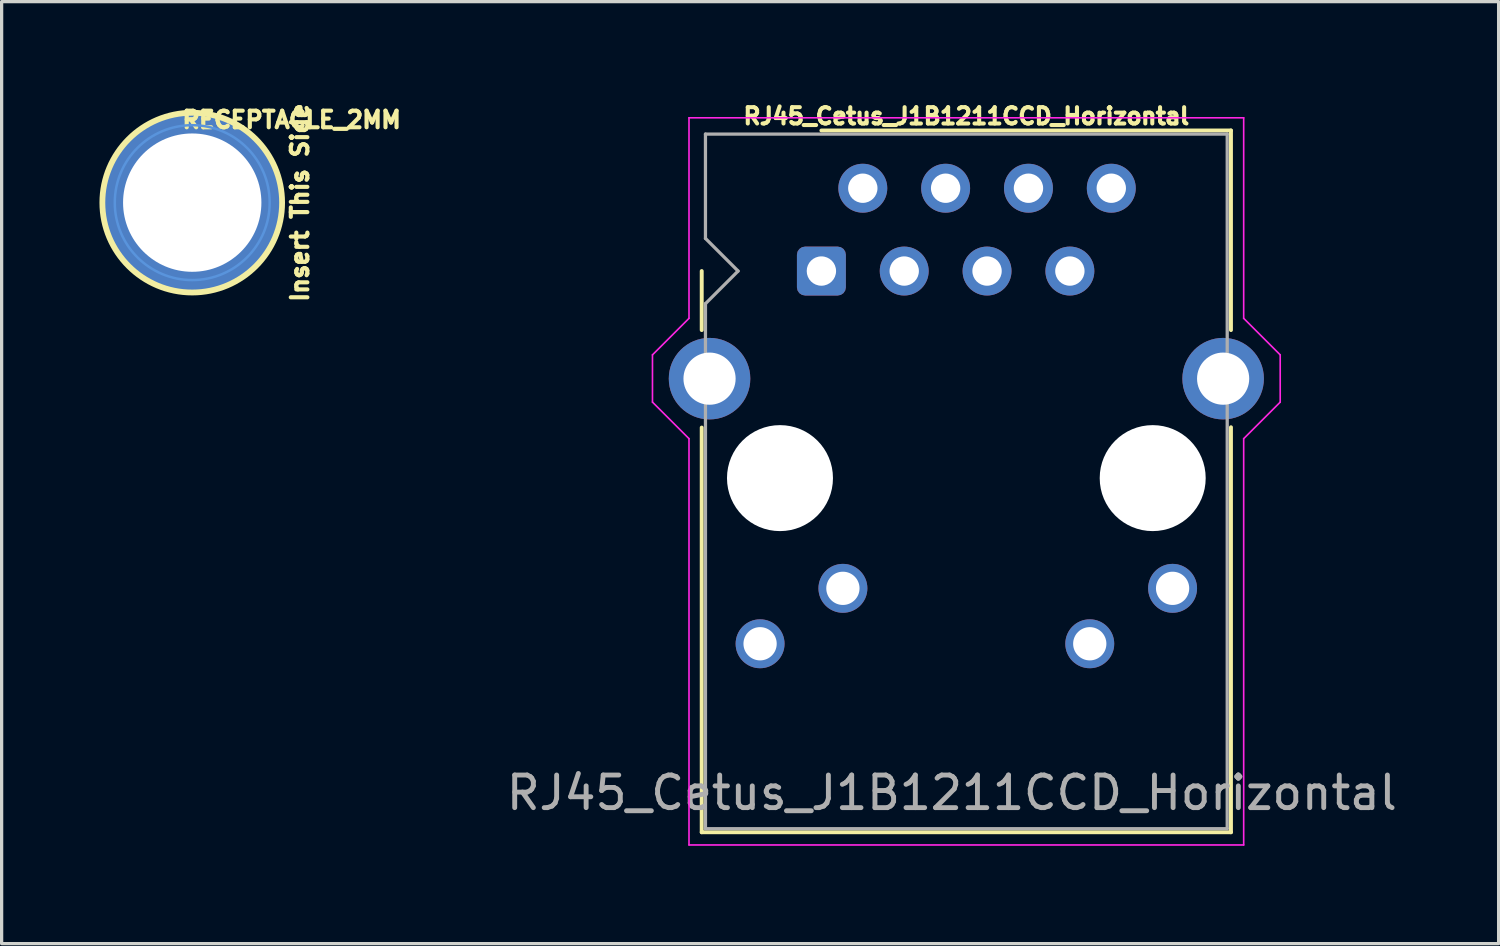
<source format=kicad_pcb>
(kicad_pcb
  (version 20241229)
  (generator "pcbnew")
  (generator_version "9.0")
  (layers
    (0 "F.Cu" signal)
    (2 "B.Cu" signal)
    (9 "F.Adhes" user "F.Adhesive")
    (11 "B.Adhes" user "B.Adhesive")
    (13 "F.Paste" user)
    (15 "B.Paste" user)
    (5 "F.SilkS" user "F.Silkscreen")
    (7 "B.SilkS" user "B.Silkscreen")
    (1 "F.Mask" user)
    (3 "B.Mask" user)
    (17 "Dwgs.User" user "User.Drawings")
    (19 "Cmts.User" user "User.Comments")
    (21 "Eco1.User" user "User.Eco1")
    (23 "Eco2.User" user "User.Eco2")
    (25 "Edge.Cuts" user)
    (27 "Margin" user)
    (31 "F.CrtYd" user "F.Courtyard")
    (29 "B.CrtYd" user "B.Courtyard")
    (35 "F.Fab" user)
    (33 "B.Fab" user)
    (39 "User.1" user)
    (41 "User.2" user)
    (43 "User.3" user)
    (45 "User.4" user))
  (footprint "RECEPTACLE_2MM"
    (layer "F.Cu")
    (at 2.845 3.164)
    (property "Reference" "RECEPTACLE_2MM" (at 3.048 -2.54 0) (layer "F.SilkS") (effects (font (size 0.508 0.508) (thickness 0.127))))
    (attr through_hole)
    (fp_circle (center 0 0) (end 2.756 0) (stroke (width 0.178) (type solid)) (fill no) (layer "F.SilkS"))
    (fp_circle (center 0 0) (end 2.375 0) (stroke (width 0.076) (type solid)) (fill no) (layer "Cmts.User"))
    (fp_text user "Insert This Side" (at 3.302 0 90) (layer "F.SilkS") (effects (font (size 0.508 0.508) (thickness 0.127))))
    (pad "1" thru_hole circle (at 0 0) (size 5.512 5.512) (drill 4.242) (layers "*.Cu" "*.Mask")))
  (footprint "RJ45_Cetus_J1B1211CCD_Horizontal"
    (layer "F.Cu")
    (at 26.584 5.262)
    (property "Reference" "RJ45_Cetus_J1B1211CCD_Horizontal" (at 0 -4.75 0) (layer "F.SilkS") (effects (font (size 0.5 0.5) (thickness 0.125) (bold yes))))
    (attr through_hole)
    (fp_line (start -8.115 0) (end -8.115 1.81) (stroke (width 0.12) (type solid)) (layer "F.SilkS"))
    (fp_line (start -8.115 4.8) (end -8.115 17.21) (stroke (width 0.12) (type solid)) (layer "F.SilkS"))
    (fp_line (start -4.445 -4.31) (end 8.115 -4.31) (stroke (width 0.12) (type solid)) (layer "F.SilkS"))
    (fp_line (start 8.115 -4.31) (end 8.115 1.81) (stroke (width 0.12) (type solid)) (layer "F.SilkS"))
    (fp_line (start 8.115 4.79) (end 8.115 17.21) (stroke (width 0.12) (type solid)) (layer "F.SilkS"))
    (fp_line (start 8.115 17.21) (end -8.115 17.21) (stroke (width 0.12) (type solid)) (layer "F.SilkS"))
    (fp_line (start -9.625 4.02) (end -9.625 2.57) (stroke (width 0.05) (type solid)) (layer "F.CrtYd"))
    (fp_line (start -9.625 4.02) (end -8.505 5.14) (stroke (width 0.05) (type solid)) (layer "F.CrtYd"))
    (fp_line (start -8.505 -4.7) (end 8.505 -4.7) (stroke (width 0.05) (type solid)) (layer "F.CrtYd"))
    (fp_line (start -8.505 1.45) (end -9.625 2.57) (stroke (width 0.05) (type solid)) (layer "F.CrtYd"))
    (fp_line (start -8.505 1.45) (end -8.505 -4.7) (stroke (width 0.05) (type solid)) (layer "F.CrtYd"))
    (fp_line (start -8.505 5.14) (end -8.505 17.6) (stroke (width 0.05) (type solid)) (layer "F.CrtYd"))
    (fp_line (start -8.505 17.6) (end 8.505 17.6) (stroke (width 0.05) (type solid)) (layer "F.CrtYd"))
    (fp_line (start 8.505 1.45) (end 8.505 -4.7) (stroke (width 0.05) (type solid)) (layer "F.CrtYd"))
    (fp_line (start 8.505 1.45) (end 9.625 2.57) (stroke (width 0.05) (type solid)) (layer "F.CrtYd"))
    (fp_line (start 8.505 5.14) (end 8.505 17.6) (stroke (width 0.05) (type solid)) (layer "F.CrtYd"))
    (fp_line (start 9.625 4.02) (end 8.505 5.14) (stroke (width 0.05) (type solid)) (layer "F.CrtYd"))
    (fp_line (start 9.625 4.02) (end 9.625 2.57) (stroke (width 0.05) (type solid)) (layer "F.CrtYd"))
    (fp_line (start -8 -4.2) (end -8 -1) (stroke (width 0.1) (type solid)) (layer "F.Fab"))
    (fp_line (start -8 -4.2) (end 8 -4.2) (stroke (width 0.1) (type solid)) (layer "F.Fab"))
    (fp_line (start -8 1) (end -8 17.1) (stroke (width 0.1) (type solid)) (layer "F.Fab"))
    (fp_line (start -8 17.1) (end 8 17.1) (stroke (width 0.1) (type solid)) (layer "F.Fab"))
    (fp_line (start -7 0) (end -8 -1) (stroke (width 0.1) (type solid)) (layer "F.Fab"))
    (fp_line (start -7 0) (end -8 1) (stroke (width 0.1) (type solid)) (layer "F.Fab"))
    (fp_line (start 8 -4.2) (end 8 17.1) (stroke (width 0.1) (type solid)) (layer "F.Fab"))
    (fp_text user "${REFERENCE}" (at -0.445 16 0) (layer "F.Fab") (effects (font (size 1 1) (thickness 0.15))))
    (pad "" np_thru_hole circle (at -5.715 6.35) (size 3.25 3.25) (drill 3.25) (layers "*.Cu" "*.Mask"))
    (pad "" np_thru_hole circle (at 5.715 6.35) (size 3.25 3.25) (drill 3.25) (layers "*.Cu" "*.Mask"))
    (pad "1" thru_hole roundrect (at -4.445 0) (size 1.5 1.5) (drill 0.9) (layers "*.Cu" "*.Mask") (roundrect_rratio 0.167))
    (pad "2" thru_hole circle (at -3.175 -2.54) (size 1.5 1.5) (drill 0.9) (layers "*.Cu" "*.Mask"))
    (pad "3" thru_hole circle (at -1.905 0) (size 1.5 1.5) (drill 0.9) (layers "*.Cu" "*.Mask"))
    (pad "4" thru_hole circle (at -0.635 -2.54) (size 1.5 1.5) (drill 0.9) (layers "*.Cu" "*.Mask"))
    (pad "5" thru_hole circle (at 0.635 0) (size 1.5 1.5) (drill 0.9) (layers "*.Cu" "*.Mask"))
    (pad "6" thru_hole circle (at 1.905 -2.54) (size 1.5 1.5) (drill 0.9) (layers "*.Cu" "*.Mask"))
    (pad "7" thru_hole circle (at 3.175 0) (size 1.5 1.5) (drill 0.9) (layers "*.Cu" "*.Mask"))
    (pad "8" thru_hole circle (at 4.445 -2.54) (size 1.5 1.5) (drill 0.9) (layers "*.Cu" "*.Mask"))
    (pad "9" thru_hole circle (at -6.325 11.43) (size 1.5 1.5) (drill 1.02) (layers "*.Cu" "*.Mask"))
    (pad "10" thru_hole circle (at -3.785 9.73) (size 1.5 1.5) (drill 1.02) (layers "*.Cu" "*.Mask"))
    (pad "11" thru_hole circle (at 3.785 11.43) (size 1.5 1.5) (drill 1.02) (layers "*.Cu" "*.Mask"))
    (pad "12" thru_hole circle (at 6.325 9.73) (size 1.5 1.5) (drill 1.02) (layers "*.Cu" "*.Mask"))
    (pad "13" thru_hole circle (at -7.875 3.3) (size 2.5 2.5) (drill 1.6) (layers "*.Cu" "*.Mask"))
    (pad "13" thru_hole circle (at 7.875 3.3) (size 2.5 2.5) (drill 1.6) (layers "*.Cu" "*.Mask")))
  (gr_rect
    (start -3 -3)
    (end 42.907 25.887)
    (stroke (width 0.1) (type default))
    (fill no)
    (layer "Edge.Cuts")))
</source>
